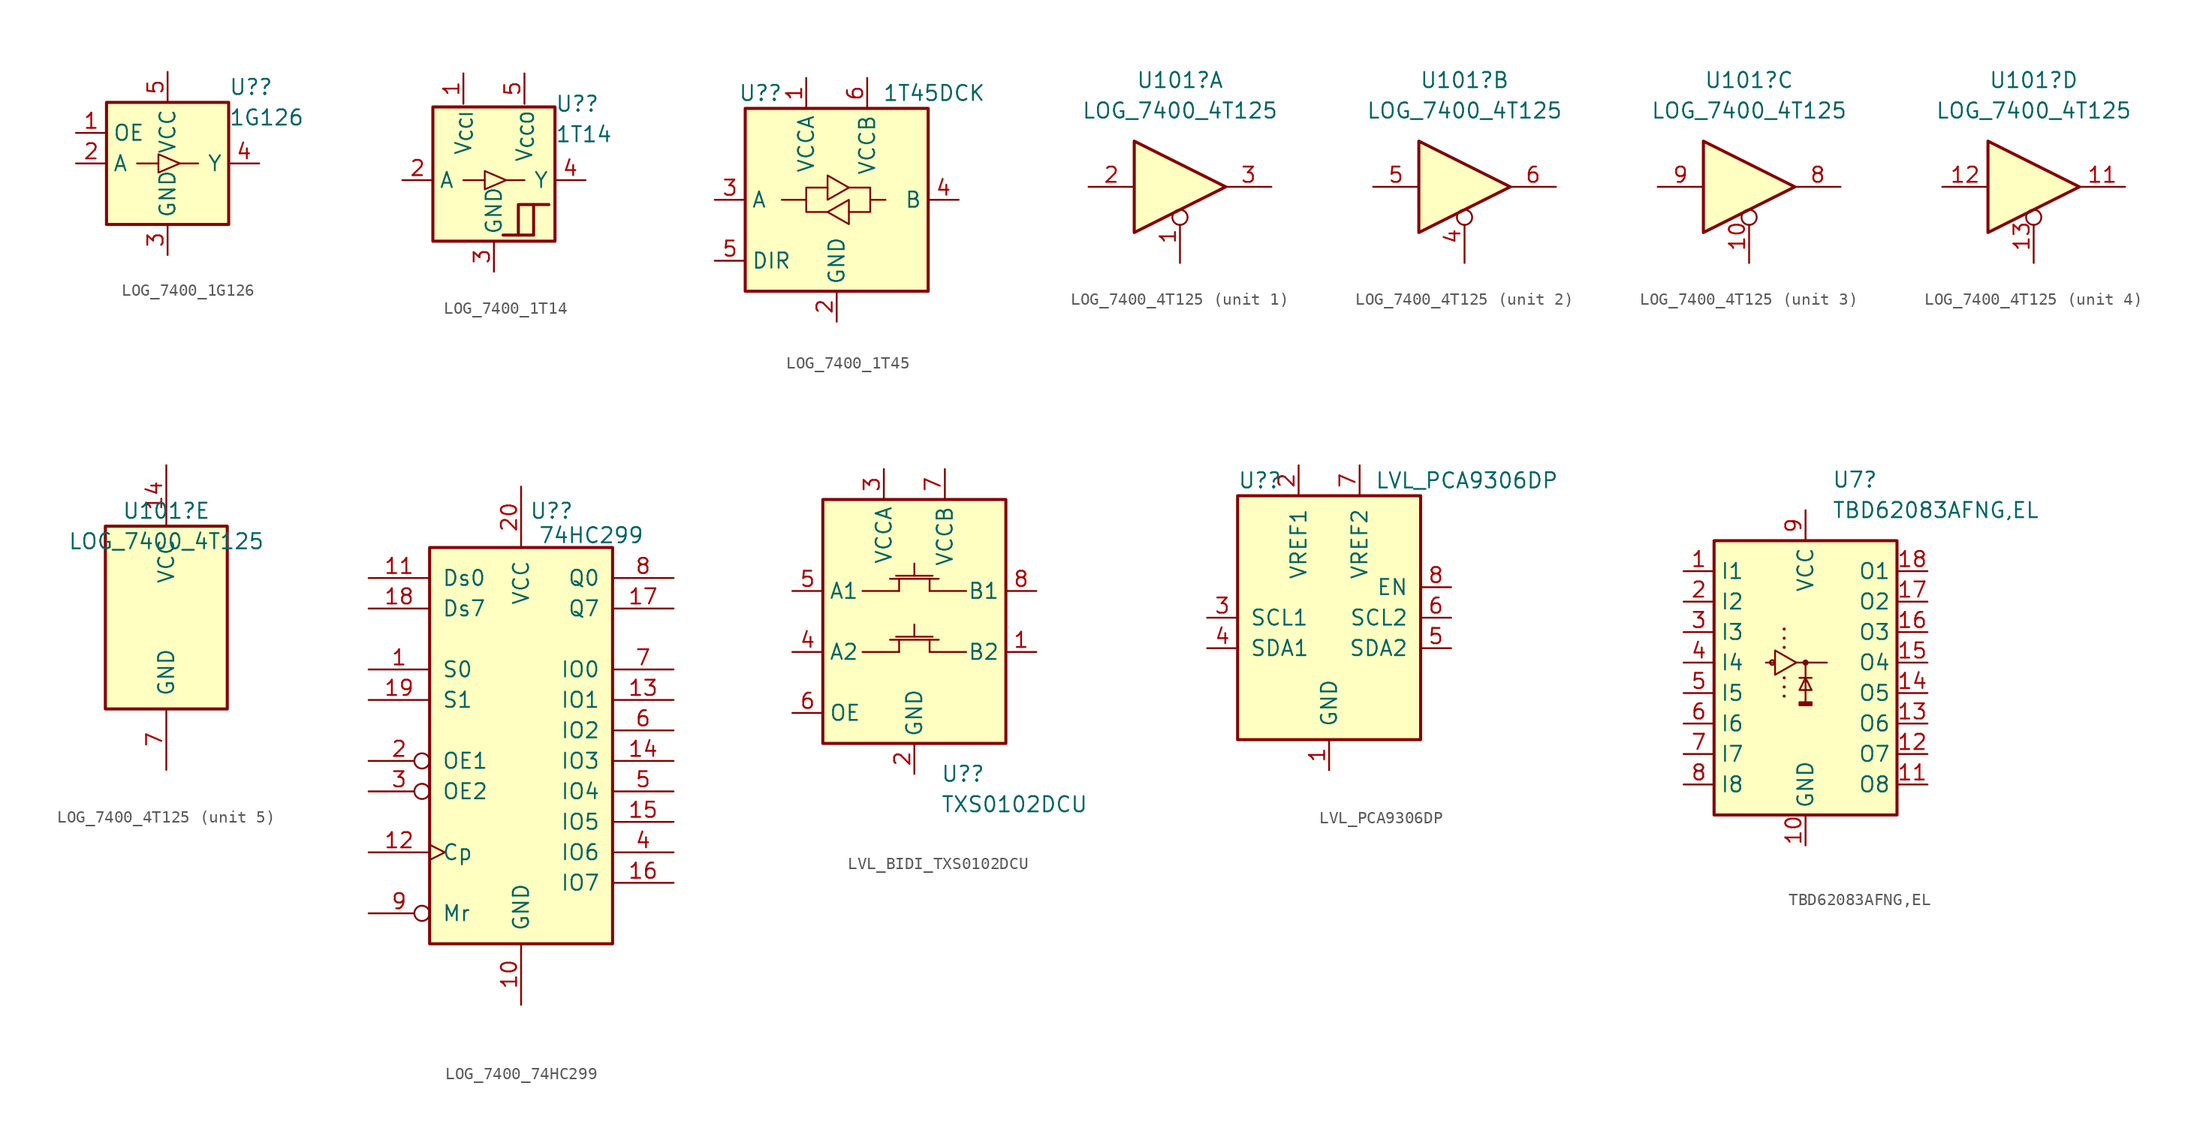
<source format=kicad_sym>
(kicad_symbol_lib
  (version 20231120)
  (generator "kicad_symbol_editor")
  (generator_version "8.0")
  (symbol "LOG_7400_1G126"
    (property "Reference" "U?"
      (at 5.08 6.35 0)
      (effects (font (size 1.27 1.27)) (justify left)))
    (property "Value" "1G126"
      (at 5.08 3.81 0)
      (effects (font (size 1.27 1.27)) (justify left)))
    (symbol "LOG_7400_1G126_0_1"
      (rectangle (start -5.08 5.08) (end 5.08 -5.08) (stroke (width 0.254) (type default)) (fill (type background)))
      (polyline (pts (xy -0.762 0) (xy -2.54 0)) (stroke (width 0) (type default)) (fill (type none)))
      (polyline (pts (xy 1.016 0) (xy 2.54 0)) (stroke (width 0) (type default)) (fill (type none))))
    (symbol "LOG_7400_1G126_1_1"
      (polyline (pts (xy -0.762 -0.762) (xy -0.762 0.762) (xy 1.016 0) (xy -0.762 -0.762)) (stroke (width 0) (type default)) (fill (type none)))
      (pin input line (at -7.62 2.54 0) (length 2.54) (name "OE" (effects (font (size 1.27 1.27)))) (number "1" (effects (font (size 1.27 1.27)))))
      (pin input line (at -7.62 0 0) (length 2.54) (name "A" (effects (font (size 1.27 1.27)))) (number "2" (effects (font (size 1.27 1.27)))))
      (pin power_in line (at 0 -7.62 90) (length 2.54) (name "GND" (effects (font (size 1.27 1.27)))) (number "3" (effects (font (size 1.27 1.27)))))
      (pin output line (at 7.62 0 180) (length 2.54) (name "Y" (effects (font (size 1.27 1.27)))) (number "4" (effects (font (size 1.27 1.27)))))
      (pin power_in line (at 0 7.62 270) (length 2.54) (name "VCC" (effects (font (size 1.27 1.27)))) (number "5" (effects (font (size 1.27 1.27)))))))
  (symbol "LOG_7400_1T14"
    (property "Reference" "U?"
      (at 5.08 6.35 0)
      (effects (font (size 1.27 1.27)) (justify left)))
    (property "Value" "1T14"
      (at 5.08 3.81 0)
      (effects (font (size 1.27 1.27)) (justify left)))
    (symbol "LOG_7400_1T14_0_1"
      (rectangle (start -5.08 6.096) (end 5.08 -5.08) (stroke (width 0.254) (type default)) (fill (type background)))
      (polyline (pts (xy -0.762 0) (xy -2.54 0)) (stroke (width 0) (type default)) (fill (type none)))
      (polyline (pts (xy 1.016 0) (xy 2.54 0)) (stroke (width 0) (type default)) (fill (type none)))
      (polyline (pts (xy 0.762 -4.572) (xy 2.032 -4.572) (xy 2.032 -2.032) (xy 3.302 -2.032)) (stroke (width 0.254) (type default)) (fill (type background)))
      (polyline (pts (xy 2.032 -4.572) (xy 3.302 -4.572) (xy 3.302 -2.032) (xy 4.572 -2.032)) (stroke (width 0.254) (type default)) (fill (type background))))
    (symbol "LOG_7400_1T14_1_1"
      (polyline (pts (xy -0.762 -0.762) (xy -0.762 0.762) (xy 1.016 0) (xy -0.762 -0.762)) (stroke (width 0) (type default)) (fill (type none)))
      (pin power_in line (at -2.54 8.89 270) (length 2.54) (name "V_{CCI}" (effects (font (size 1.27 1.27)))) (number "1" (effects (font (size 1.27 1.27)))))
      (pin input line (at -7.62 0 0) (length 2.54) (name "A" (effects (font (size 1.27 1.27)))) (number "2" (effects (font (size 1.27 1.27)))))
      (pin power_in line (at 0 -7.62 90) (length 2.54) (name "GND" (effects (font (size 1.27 1.27)))) (number "3" (effects (font (size 1.27 1.27)))))
      (pin output line (at 7.62 0 180) (length 2.54) (name "Y" (effects (font (size 1.27 1.27)))) (number "4" (effects (font (size 1.27 1.27)))))
      (pin power_in line (at 2.54 8.89 270) (length 2.54) (name "V_{CCO}" (effects (font (size 1.27 1.27)))) (number "5" (effects (font (size 1.27 1.27)))))))
  (symbol "LOG_7400_1T45"
    (property "Reference" "U?"
      (at -6.35 8.89 0)
      (effects (font (size 1.27 1.27))))
    (property "Value" "1T45DCK"
      (at 3.81 8.89 0)
      (effects (font (size 1.27 1.27)) (justify left)))
    (symbol "LOG_7400_1T45_0_1"
      (rectangle (start -7.62 7.62) (end 7.62 -7.62) (stroke (width 0.254) (type default)) (fill (type background)))
      (polyline (pts (xy -2.54 0) (xy -2.54 1.016) (xy -0.762 1.016)) (stroke (width 0) (type default)) (fill (type none)))
      (polyline (pts (xy 2.794 0) (xy 2.794 -1.016) (xy 1.016 -1.016)) (stroke (width 0) (type default)) (fill (type none)))
      (polyline (pts (xy -0.762 -1.016) (xy -2.54 -1.016) (xy -2.54 0) (xy -4.572 0)) (stroke (width 0) (type default)) (fill (type none)))
      (polyline (pts (xy -0.762 0) (xy -0.762 2.032) (xy 1.016 1.016) (xy -0.762 0)) (stroke (width 0) (type default)) (fill (type none)))
      (polyline (pts (xy 1.016 1.016) (xy 2.794 1.016) (xy 2.794 0) (xy 4.064 0)) (stroke (width 0) (type default)) (fill (type none)))
      (polyline (pts (xy 1.016 0) (xy 1.016 -1.778) (xy 1.016 -2.032) (xy -0.762 -1.016) (xy 1.016 0)) (stroke (width 0) (type default)) (fill (type none))))
    (symbol "LOG_7400_1T45_1_1"
      (pin power_in line (at -2.54 10.16 270) (length 2.54) (name "VCCA" (effects (font (size 1.27 1.27)))) (number "1" (effects (font (size 1.27 1.27)))))
      (pin power_in line (at 0 -10.16 90) (length 2.54) (name "GND" (effects (font (size 1.27 1.27)))) (number "2" (effects (font (size 1.27 1.27)))))
      (pin bidirectional line (at -10.16 0 0) (length 2.54) (name "A" (effects (font (size 1.27 1.27)))) (number "3" (effects (font (size 1.27 1.27)))))
      (pin bidirectional line (at 10.16 0 180) (length 2.54) (name "B" (effects (font (size 1.27 1.27)))) (number "4" (effects (font (size 1.27 1.27)))))
      (pin input line (at -10.16 -5.08 0) (length 2.54) (name "DIR" (effects (font (size 1.27 1.27)))) (number "5" (effects (font (size 1.27 1.27)))))
      (pin power_in line (at 2.54 10.16 270) (length 2.54) (name "VCCB" (effects (font (size 1.27 1.27)))) (number "6" (effects (font (size 1.27 1.27)))))))
  (symbol "LOG_7400_4T125"
    (pin_names
      (offset 1.016))
    (property "Reference" "U101"
      (at 0 8.89 0)
      (effects (font (size 1.27 1.27))))
    (property "Value" "LOG_7400_4T125"
      (at 0 6.35 0)
      (effects (font (size 1.27 1.27))))
    (property "ki_locked" ""
      (at 0 0 0)
      (effects (font (size 1.27 1.27))))
    (symbol "LOG_7400_4T125_1_0"
      (polyline (pts (xy -3.81 3.81) (xy -3.81 -3.81) (xy 3.81 0) (xy -3.81 3.81)) (stroke (width 0.254) (type default)) (fill (type background)))
      (pin input inverted (at 0 -6.35 90) (length 4.445) (name "~" (effects (font (size 1.27 1.27)))) (number "1" (effects (font (size 1.27 1.27)))))
      (pin input line (at -7.62 0 0) (length 3.81) (name "~" (effects (font (size 1.27 1.27)))) (number "2" (effects (font (size 1.27 1.27)))))
      (pin tri_state line (at 7.62 0 180) (length 3.81) (name "~" (effects (font (size 1.27 1.27)))) (number "3" (effects (font (size 1.27 1.27))))))
    (symbol "LOG_7400_4T125_2_0"
      (polyline (pts (xy -3.81 3.81) (xy -3.81 -3.81) (xy 3.81 0) (xy -3.81 3.81)) (stroke (width 0.254) (type default)) (fill (type background)))
      (pin input inverted (at 0 -6.35 90) (length 4.445) (name "~" (effects (font (size 1.27 1.27)))) (number "4" (effects (font (size 1.27 1.27)))))
      (pin input line (at -7.62 0 0) (length 3.81) (name "~" (effects (font (size 1.27 1.27)))) (number "5" (effects (font (size 1.27 1.27)))))
      (pin tri_state line (at 7.62 0 180) (length 3.81) (name "~" (effects (font (size 1.27 1.27)))) (number "6" (effects (font (size 1.27 1.27))))))
    (symbol "LOG_7400_4T125_3_0"
      (polyline (pts (xy -3.81 3.81) (xy -3.81 -3.81) (xy 3.81 0) (xy -3.81 3.81)) (stroke (width 0.254) (type default)) (fill (type background)))
      (pin input inverted (at 0 -6.35 90) (length 4.445) (name "~" (effects (font (size 1.27 1.27)))) (number "10" (effects (font (size 1.27 1.27)))))
      (pin tri_state line (at 7.62 0 180) (length 3.81) (name "~" (effects (font (size 1.27 1.27)))) (number "8" (effects (font (size 1.27 1.27)))))
      (pin input line (at -7.62 0 0) (length 3.81) (name "~" (effects (font (size 1.27 1.27)))) (number "9" (effects (font (size 1.27 1.27))))))
    (symbol "LOG_7400_4T125_4_0"
      (polyline (pts (xy -3.81 3.81) (xy -3.81 -3.81) (xy 3.81 0) (xy -3.81 3.81)) (stroke (width 0.254) (type default)) (fill (type background)))
      (pin tri_state line (at 7.62 0 180) (length 3.81) (name "~" (effects (font (size 1.27 1.27)))) (number "11" (effects (font (size 1.27 1.27)))))
      (pin input line (at -7.62 0 0) (length 3.81) (name "~" (effects (font (size 1.27 1.27)))) (number "12" (effects (font (size 1.27 1.27)))))
      (pin input inverted (at 0 -6.35 90) (length 4.445) (name "~" (effects (font (size 1.27 1.27)))) (number "13" (effects (font (size 1.27 1.27))))))
    (symbol "LOG_7400_4T125_5_0"
      (pin power_in line (at 0 12.7 270) (length 5.08) (name "VCC" (effects (font (size 1.27 1.27)))) (number "14" (effects (font (size 1.27 1.27)))))
      (pin power_in line (at 0 -12.7 90) (length 5.08) (name "GND" (effects (font (size 1.27 1.27)))) (number "7" (effects (font (size 1.27 1.27))))))
    (symbol "LOG_7400_4T125_5_1"
      (rectangle (start -5.08 7.62) (end 5.08 -7.62) (stroke (width 0.254) (type default)) (fill (type background)))))
  (symbol "LOG_7400_74HC299"
    (pin_names
      (offset 1.016))
    (property "Reference" "U?"
      (at 2.54 18.288 0)
      (effects (font (size 1.27 1.27))))
    (property "Value" "74HC299"
      (at 5.842 16.256 0)
      (effects (font (size 1.27 1.27))))
    (symbol "LOG_7400_74HC299_1_0"
      (pin input line (at -12.7 5.08 0) (length 5.08) (name "S0" (effects (font (size 1.27 1.27)))) (number "1" (effects (font (size 1.27 1.27)))))
      (pin power_in line (at 0 -22.86 90) (length 5.08) (name "GND" (effects (font (size 1.27 1.27)))) (number "10" (effects (font (size 1.27 1.27)))))
      (pin input line (at -12.7 12.7 0) (length 5.08) (name "Ds0" (effects (font (size 1.27 1.27)))) (number "11" (effects (font (size 1.27 1.27)))))
      (pin input clock (at -12.7 -10.16 0) (length 5.08) (name "Cp" (effects (font (size 1.27 1.27)))) (number "12" (effects (font (size 1.27 1.27)))))
      (pin tri_state line (at 12.7 2.54 180) (length 5.08) (name "IO1" (effects (font (size 1.27 1.27)))) (number "13" (effects (font (size 1.27 1.27)))))
      (pin tri_state line (at 12.7 -2.54 180) (length 5.08) (name "IO3" (effects (font (size 1.27 1.27)))) (number "14" (effects (font (size 1.27 1.27)))))
      (pin tri_state line (at 12.7 -7.62 180) (length 5.08) (name "IO5" (effects (font (size 1.27 1.27)))) (number "15" (effects (font (size 1.27 1.27)))))
      (pin tri_state line (at 12.7 -12.7 180) (length 5.08) (name "IO7" (effects (font (size 1.27 1.27)))) (number "16" (effects (font (size 1.27 1.27)))))
      (pin output line (at 12.7 10.16 180) (length 5.08) (name "Q7" (effects (font (size 1.27 1.27)))) (number "17" (effects (font (size 1.27 1.27)))))
      (pin input line (at -12.7 10.16 0) (length 5.08) (name "Ds7" (effects (font (size 1.27 1.27)))) (number "18" (effects (font (size 1.27 1.27)))))
      (pin input line (at -12.7 2.54 0) (length 5.08) (name "S1" (effects (font (size 1.27 1.27)))) (number "19" (effects (font (size 1.27 1.27)))))
      (pin input inverted (at -12.7 -2.54 0) (length 5.08) (name "OE1" (effects (font (size 1.27 1.27)))) (number "2" (effects (font (size 1.27 1.27)))))
      (pin power_in line (at 0 20.32 270) (length 5.08) (name "VCC" (effects (font (size 1.27 1.27)))) (number "20" (effects (font (size 1.27 1.27)))))
      (pin input inverted (at -12.7 -5.08 0) (length 5.08) (name "OE2" (effects (font (size 1.27 1.27)))) (number "3" (effects (font (size 1.27 1.27)))))
      (pin tri_state line (at 12.7 -10.16 180) (length 5.08) (name "IO6" (effects (font (size 1.27 1.27)))) (number "4" (effects (font (size 1.27 1.27)))))
      (pin tri_state line (at 12.7 -5.08 180) (length 5.08) (name "IO4" (effects (font (size 1.27 1.27)))) (number "5" (effects (font (size 1.27 1.27)))))
      (pin tri_state line (at 12.7 0 180) (length 5.08) (name "IO2" (effects (font (size 1.27 1.27)))) (number "6" (effects (font (size 1.27 1.27)))))
      (pin tri_state line (at 12.7 5.08 180) (length 5.08) (name "IO0" (effects (font (size 1.27 1.27)))) (number "7" (effects (font (size 1.27 1.27)))))
      (pin output line (at 12.7 12.7 180) (length 5.08) (name "Q0" (effects (font (size 1.27 1.27)))) (number "8" (effects (font (size 1.27 1.27)))))
      (pin input inverted (at -12.7 -15.24 0) (length 5.08) (name "Mr" (effects (font (size 1.27 1.27)))) (number "9" (effects (font (size 1.27 1.27))))))
    (symbol "LOG_7400_74HC299_1_1"
      (rectangle (start -7.62 15.24) (end 7.62 -17.78) (stroke (width 0.254) (type default)) (fill (type background)))))
  (symbol "LVL_BIDI_TXS0102DCU"
    (property "Reference" "U?"
      (at 2.194 -12.7 0)
      (effects (font (size 1.27 1.27)) (justify left)))
    (property "Value" "TXS0102DCU"
      (at 2.194 -15.24 0)
      (effects (font (size 1.27 1.27)) (justify left)))
    (symbol "LVL_BIDI_TXS0102DCU_0_1"
      (rectangle (start -7.62 10.16) (end 7.62 -10.16) (stroke (width 0.254) (type default)) (fill (type background)))
      (polyline (pts (xy -4.318 -2.54) (xy -1.27 -2.54)) (stroke (width 0) (type default)) (fill (type none)))
      (polyline (pts (xy -2.032 -1.524) (xy 2.032 -1.524)) (stroke (width 0) (type default)) (fill (type none)))
      (polyline (pts (xy -1.524 -1.27) (xy 1.524 -1.27)) (stroke (width 0) (type default)) (fill (type none)))
      (polyline (pts (xy -1.27 -2.54) (xy -1.27 -1.524)) (stroke (width 0) (type default)) (fill (type none)))
      (polyline (pts (xy 0 -1.27) (xy 0 -0.254)) (stroke (width 0) (type default)) (fill (type none)))
      (polyline (pts (xy 1.27 -2.54) (xy 1.27 -1.524)) (stroke (width 0) (type default)) (fill (type none)))
      (polyline (pts (xy 4.318 -2.54) (xy 1.27 -2.54)) (stroke (width 0) (type default)) (fill (type none))))
    (symbol "LVL_BIDI_TXS0102DCU_1_1"
      (polyline (pts (xy -4.318 2.54) (xy -1.27 2.54)) (stroke (width 0) (type default)) (fill (type none)))
      (polyline (pts (xy -2.032 3.556) (xy 2.032 3.556)) (stroke (width 0) (type default)) (fill (type none)))
      (polyline (pts (xy -1.524 3.81) (xy 1.524 3.81)) (stroke (width 0) (type default)) (fill (type none)))
      (polyline (pts (xy -1.27 2.54) (xy -1.27 3.556)) (stroke (width 0) (type default)) (fill (type none)))
      (polyline (pts (xy 0 3.81) (xy 0 4.826)) (stroke (width 0) (type default)) (fill (type none)))
      (polyline (pts (xy 1.27 2.54) (xy 1.27 3.556)) (stroke (width 0) (type default)) (fill (type none)))
      (polyline (pts (xy 4.318 2.54) (xy 1.27 2.54)) (stroke (width 0) (type default)) (fill (type none)))
      (pin bidirectional line (at 10.16 -2.54 180) (length 2.54) (name "B2" (effects (font (size 1.27 1.27)))) (number "1" (effects (font (size 1.27 1.27)))))
      (pin power_in line (at 0 -12.7 90) (length 2.54) (name "GND" (effects (font (size 1.27 1.27)))) (number "2" (effects (font (size 1.27 1.27)))))
      (pin power_in line (at -2.54 12.7 270) (length 2.54) (name "VCCA" (effects (font (size 1.27 1.27)))) (number "3" (effects (font (size 1.27 1.27)))))
      (pin bidirectional line (at -10.16 -2.54 0) (length 2.54) (name "A2" (effects (font (size 1.27 1.27)))) (number "4" (effects (font (size 1.27 1.27)))))
      (pin bidirectional line (at -10.16 2.54 0) (length 2.54) (name "A1" (effects (font (size 1.27 1.27)))) (number "5" (effects (font (size 1.27 1.27)))))
      (pin input line (at -10.16 -7.62 0) (length 2.54) (name "OE" (effects (font (size 1.27 1.27)))) (number "6" (effects (font (size 1.27 1.27)))))
      (pin power_in line (at 2.54 12.7 270) (length 2.54) (name "VCCB" (effects (font (size 1.27 1.27)))) (number "7" (effects (font (size 1.27 1.27)))))
      (pin bidirectional line (at 10.16 2.54 180) (length 2.54) (name "B1" (effects (font (size 1.27 1.27)))) (number "8" (effects (font (size 1.27 1.27)))))))
  (symbol "LVL_PCA9306DP"
    (pin_names
      (offset 1.016))
    (property "Reference" "U?"
      (at -7.62 11.43 0)
      (effects (font (size 1.27 1.27)) (justify left)))
    (property "Value" "LVL_PCA9306DP"
      (at 3.81 11.43 0)
      (effects (font (size 1.27 1.27)) (justify left)))
    (symbol "LVL_PCA9306DP_0_1"
      (rectangle (start -7.62 10.16) (end 7.62 -10.16) (stroke (width 0.254) (type default)) (fill (type background))))
    (symbol "LVL_PCA9306DP_1_1"
      (pin power_in line (at 0 -12.7 90) (length 2.54) (name "GND" (effects (font (size 1.27 1.27)))) (number "1" (effects (font (size 1.27 1.27)))))
      (pin power_in line (at -2.54 12.7 270) (length 2.54) (name "VREF1" (effects (font (size 1.27 1.27)))) (number "2" (effects (font (size 1.27 1.27)))))
      (pin bidirectional line (at -10.16 0 0) (length 2.54) (name "SCL1" (effects (font (size 1.27 1.27)))) (number "3" (effects (font (size 1.27 1.27)))))
      (pin bidirectional line (at -10.16 -2.54 0) (length 2.54) (name "SDA1" (effects (font (size 1.27 1.27)))) (number "4" (effects (font (size 1.27 1.27)))))
      (pin bidirectional line (at 10.16 -2.54 180) (length 2.54) (name "SDA2" (effects (font (size 1.27 1.27)))) (number "5" (effects (font (size 1.27 1.27)))))
      (pin bidirectional line (at 10.16 0 180) (length 2.54) (name "SCL2" (effects (font (size 1.27 1.27)))) (number "6" (effects (font (size 1.27 1.27)))))
      (pin power_in line (at 2.54 12.7 270) (length 2.54) (name "VREF2" (effects (font (size 1.27 1.27)))) (number "7" (effects (font (size 1.27 1.27)))))
      (pin input line (at 10.16 2.54 180) (length 2.54) (name "EN" (effects (font (size 1.27 1.27)))) (number "8" (effects (font (size 1.27 1.27)))))))
  (symbol "TBD62083AFNG,EL"
    (property "Reference" "U7"
      (at 2.194 15.24 0)
      (effects (font (size 1.27 1.27)) (justify left)))
    (property "Value" " TBD62083AFNG,EL"
      (at 2.194 12.7 0)
      (effects (font (size 1.27 1.27)) (justify left)))
    (symbol "TBD62083AFNG,EL_0_1"
      (rectangle (start -7.62 10.16) (end 7.62 -12.7) (stroke (width 0.254) (type default)) (fill (type background)))
      (circle (center -2.771 0.01) (radius 0.2) (stroke (width 0) (type default)) (fill (type none)))
      (rectangle (start -0.508 -3.302) (end 0.508 -3.556) (stroke (width 0) (type default)) (fill (type outline)))
      (polyline (pts (xy -1.778 -2.794) (xy -1.778 -2.794)) (stroke (width 0.254) (type default)) (fill (type none)))
      (polyline (pts (xy -1.778 -2.032) (xy -1.778 -2.032)) (stroke (width 0.254) (type default)) (fill (type none)))
      (polyline (pts (xy -1.778 -1.27) (xy -1.778 -1.27)) (stroke (width 0.254) (type default)) (fill (type none)))
      (polyline (pts (xy -1.778 1.27) (xy -1.778 1.27)) (stroke (width 0.254) (type default)) (fill (type none)))
      (polyline (pts (xy -1.778 2.032) (xy -1.778 2.032)) (stroke (width 0.254) (type default)) (fill (type none)))
      (polyline (pts (xy -1.778 2.794) (xy -1.778 2.794)) (stroke (width 0.254) (type default)) (fill (type none)))
      (polyline (pts (xy -0.762 0) (xy 1.778 0)) (stroke (width 0) (type default)) (fill (type none)))
      (polyline (pts (xy -0.508 -1.27) (xy 0.508 -1.27)) (stroke (width 0) (type default)) (fill (type none)))
      (polyline (pts (xy 0 0) (xy 0 -3.302)) (stroke (width 0) (type default)) (fill (type none)))
      (polyline (pts (xy 0 0) (xy 0 0)) (stroke (width 0.508) (type default)) (fill (type none)))
      (polyline (pts (xy 0 -1.27) (xy -0.508 -2.286) (xy 0.508 -2.286) (xy 0 -1.27)) (stroke (width 0) (type default)) (fill (type none)))
      (polyline (pts (xy -3.302 0) (xy -2.54 0) (xy -2.54 1.016) (xy -0.762 0) (xy -2.54 -1.016) (xy -2.54 0)) (stroke (width 0) (type default)) (fill (type none))))
    (symbol "TBD62083AFNG,EL_1_1"
      (pin input line (at -10.16 7.62 0) (length 2.54) (name "I1" (effects (font (size 1.27 1.27)))) (number "1" (effects (font (size 1.27 1.27)))))
      (pin power_in line (at 0 -15.24 90) (length 2.54) (name "GND" (effects (font (size 1.27 1.27)))) (number "10" (effects (font (size 1.27 1.27)))))
      (pin open_emitter line (at 10.16 -10.16 180) (length 2.54) (name "O8" (effects (font (size 1.27 1.27)))) (number "11" (effects (font (size 1.27 1.27)))))
      (pin open_emitter line (at 10.16 -7.62 180) (length 2.54) (name "O7" (effects (font (size 1.27 1.27)))) (number "12" (effects (font (size 1.27 1.27)))))
      (pin open_emitter line (at 10.16 -5.08 180) (length 2.54) (name "O6" (effects (font (size 1.27 1.27)))) (number "13" (effects (font (size 1.27 1.27)))))
      (pin open_emitter line (at 10.16 -2.54 180) (length 2.54) (name "O5" (effects (font (size 1.27 1.27)))) (number "14" (effects (font (size 1.27 1.27)))))
      (pin open_emitter line (at 10.16 0 180) (length 2.54) (name "O4" (effects (font (size 1.27 1.27)))) (number "15" (effects (font (size 1.27 1.27)))))
      (pin open_emitter line (at 10.16 2.54 180) (length 2.54) (name "O3" (effects (font (size 1.27 1.27)))) (number "16" (effects (font (size 1.27 1.27)))))
      (pin open_emitter line (at 10.16 5.08 180) (length 2.54) (name "O2" (effects (font (size 1.27 1.27)))) (number "17" (effects (font (size 1.27 1.27)))))
      (pin open_emitter line (at 10.16 7.62 180) (length 2.54) (name "O1" (effects (font (size 1.27 1.27)))) (number "18" (effects (font (size 1.27 1.27)))))
      (pin input line (at -10.16 5.08 0) (length 2.54) (name "I2" (effects (font (size 1.27 1.27)))) (number "2" (effects (font (size 1.27 1.27)))))
      (pin input line (at -10.16 2.54 0) (length 2.54) (name "I3" (effects (font (size 1.27 1.27)))) (number "3" (effects (font (size 1.27 1.27)))))
      (pin input line (at -10.16 0 0) (length 2.54) (name "I4" (effects (font (size 1.27 1.27)))) (number "4" (effects (font (size 1.27 1.27)))))
      (pin input line (at -10.16 -2.54 0) (length 2.54) (name "I5" (effects (font (size 1.27 1.27)))) (number "5" (effects (font (size 1.27 1.27)))))
      (pin input line (at -10.16 -5.08 0) (length 2.54) (name "I6" (effects (font (size 1.27 1.27)))) (number "6" (effects (font (size 1.27 1.27)))))
      (pin input line (at -10.16 -7.62 0) (length 2.54) (name "I7" (effects (font (size 1.27 1.27)))) (number "7" (effects (font (size 1.27 1.27)))))
      (pin input line (at -10.16 -10.16 0) (length 2.54) (name "I8" (effects (font (size 1.27 1.27)))) (number "8" (effects (font (size 1.27 1.27)))))
      (pin power_in line (at 0 12.7 270) (length 2.54) (name "VCC" (effects (font (size 1.27 1.27)))) (number "9" (effects (font (size 1.27 1.27))))))))
</source>
